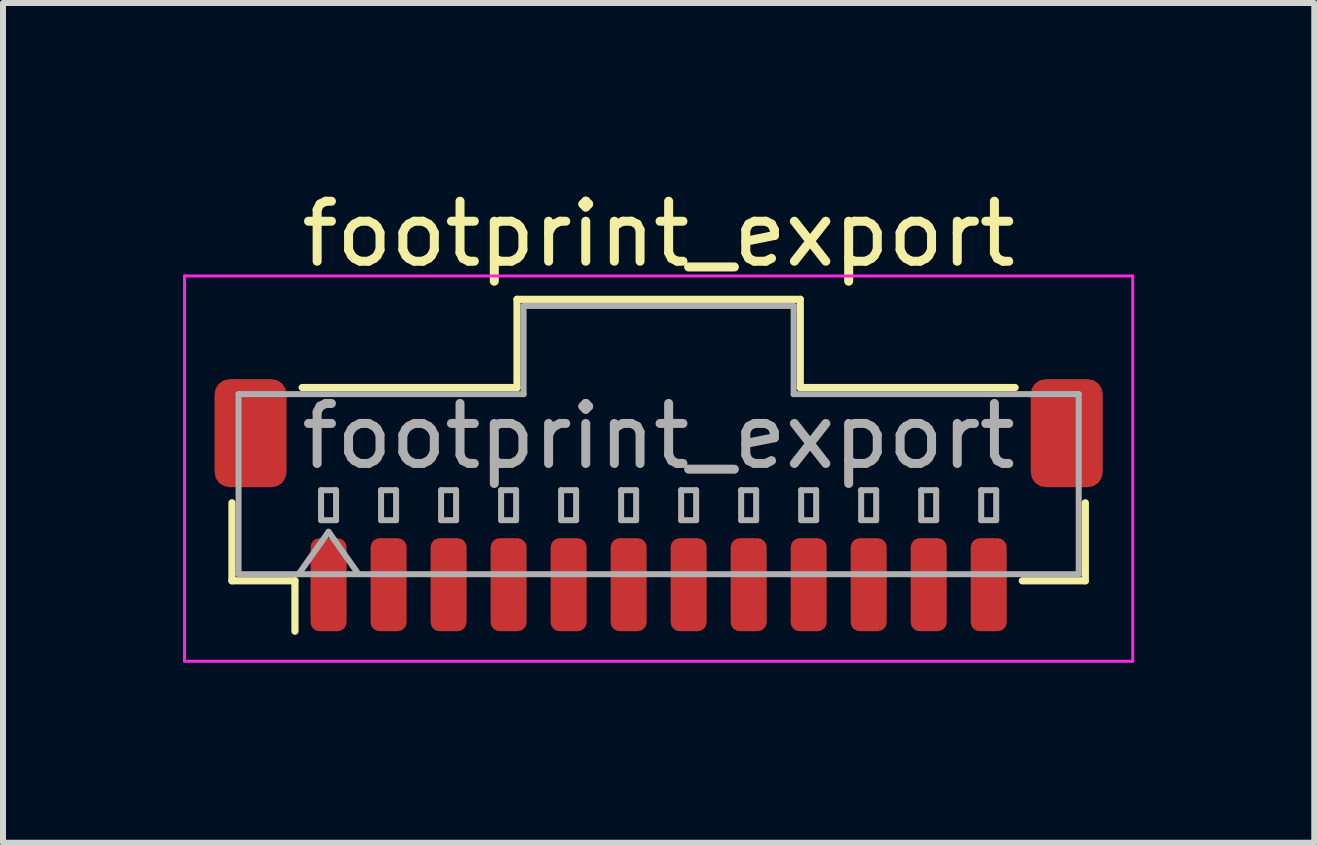
<source format=kicad_pcb>
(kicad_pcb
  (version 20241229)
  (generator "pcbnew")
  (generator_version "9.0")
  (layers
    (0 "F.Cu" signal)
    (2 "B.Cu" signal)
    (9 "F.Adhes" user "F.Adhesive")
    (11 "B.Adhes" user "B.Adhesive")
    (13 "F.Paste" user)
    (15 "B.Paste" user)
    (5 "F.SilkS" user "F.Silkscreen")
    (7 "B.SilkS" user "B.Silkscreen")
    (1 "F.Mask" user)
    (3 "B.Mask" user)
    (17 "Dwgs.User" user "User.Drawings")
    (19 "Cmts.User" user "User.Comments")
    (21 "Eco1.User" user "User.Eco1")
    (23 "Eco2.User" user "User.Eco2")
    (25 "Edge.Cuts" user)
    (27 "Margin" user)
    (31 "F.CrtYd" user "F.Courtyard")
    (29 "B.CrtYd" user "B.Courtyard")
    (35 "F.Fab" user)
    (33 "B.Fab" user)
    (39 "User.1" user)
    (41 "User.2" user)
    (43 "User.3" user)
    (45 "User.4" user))
  (footprint "footprint_export"
    (layer "F.Cu")
    (at 7.925 5.368)
    (property "Reference" "footprint_export" (at 0 -4.52 0) (layer "F.SilkS") (effects (font (size 1 1) (thickness 0.15))))
    (attr smd)
    (fp_line (start -7.11 -0.04) (end -7.11 1.26) (stroke (width 0.12) (type solid)) (layer "F.SilkS"))
    (fp_line (start -7.11 1.26) (end -6.06 1.26) (stroke (width 0.12) (type solid)) (layer "F.SilkS"))
    (fp_line (start -6.06 1.26) (end -6.06 2.1) (stroke (width 0.12) (type solid)) (layer "F.SilkS"))
    (fp_line (start -5.94 -1.96) (end -2.36 -1.96) (stroke (width 0.12) (type solid)) (layer "F.SilkS"))
    (fp_line (start -2.36 -3.43) (end 2.36 -3.43) (stroke (width 0.12) (type solid)) (layer "F.SilkS"))
    (fp_line (start -2.36 -1.96) (end -2.36 -3.43) (stroke (width 0.12) (type solid)) (layer "F.SilkS"))
    (fp_line (start 2.36 -3.43) (end 2.36 -1.96) (stroke (width 0.12) (type solid)) (layer "F.SilkS"))
    (fp_line (start 2.36 -1.96) (end 5.94 -1.96) (stroke (width 0.12) (type solid)) (layer "F.SilkS"))
    (fp_line (start 7.11 -0.04) (end 7.11 1.26) (stroke (width 0.12) (type solid)) (layer "F.SilkS"))
    (fp_line (start 7.11 1.26) (end 6.06 1.26) (stroke (width 0.12) (type solid)) (layer "F.SilkS"))
    (fp_line (start -7.9 -3.82) (end -7.9 2.6) (stroke (width 0.05) (type solid)) (layer "F.CrtYd"))
    (fp_line (start -7.9 2.6) (end 7.9 2.6) (stroke (width 0.05) (type solid)) (layer "F.CrtYd"))
    (fp_line (start 7.9 -3.82) (end -7.9 -3.82) (stroke (width 0.05) (type solid)) (layer "F.CrtYd"))
    (fp_line (start 7.9 2.6) (end 7.9 -3.82) (stroke (width 0.05) (type solid)) (layer "F.CrtYd"))
    (fp_line (start -7 -1.85) (end -2.25 -1.85) (stroke (width 0.1) (type solid)) (layer "F.Fab"))
    (fp_line (start -7 1.15) (end -7 -1.85) (stroke (width 0.1) (type solid)) (layer "F.Fab"))
    (fp_line (start -7 1.15) (end 7 1.15) (stroke (width 0.1) (type solid)) (layer "F.Fab"))
    (fp_line (start -6 1.15) (end -5.5 0.443) (stroke (width 0.1) (type solid)) (layer "F.Fab"))
    (fp_line (start -5.625 -0.25) (end -5.625 0.25) (stroke (width 0.1) (type solid)) (layer "F.Fab"))
    (fp_line (start -5.625 0.25) (end -5.375 0.25) (stroke (width 0.1) (type solid)) (layer "F.Fab"))
    (fp_line (start -5.5 0.443) (end -5 1.15) (stroke (width 0.1) (type solid)) (layer "F.Fab"))
    (fp_line (start -5.375 -0.25) (end -5.625 -0.25) (stroke (width 0.1) (type solid)) (layer "F.Fab"))
    (fp_line (start -5.375 0.25) (end -5.375 -0.25) (stroke (width 0.1) (type solid)) (layer "F.Fab"))
    (fp_line (start -4.625 -0.25) (end -4.625 0.25) (stroke (width 0.1) (type solid)) (layer "F.Fab"))
    (fp_line (start -4.625 0.25) (end -4.375 0.25) (stroke (width 0.1) (type solid)) (layer "F.Fab"))
    (fp_line (start -4.375 -0.25) (end -4.625 -0.25) (stroke (width 0.1) (type solid)) (layer "F.Fab"))
    (fp_line (start -4.375 0.25) (end -4.375 -0.25) (stroke (width 0.1) (type solid)) (layer "F.Fab"))
    (fp_line (start -3.625 -0.25) (end -3.625 0.25) (stroke (width 0.1) (type solid)) (layer "F.Fab"))
    (fp_line (start -3.625 0.25) (end -3.375 0.25) (stroke (width 0.1) (type solid)) (layer "F.Fab"))
    (fp_line (start -3.375 -0.25) (end -3.625 -0.25) (stroke (width 0.1) (type solid)) (layer "F.Fab"))
    (fp_line (start -3.375 0.25) (end -3.375 -0.25) (stroke (width 0.1) (type solid)) (layer "F.Fab"))
    (fp_line (start -2.625 -0.25) (end -2.625 0.25) (stroke (width 0.1) (type solid)) (layer "F.Fab"))
    (fp_line (start -2.625 0.25) (end -2.375 0.25) (stroke (width 0.1) (type solid)) (layer "F.Fab"))
    (fp_line (start -2.375 -0.25) (end -2.625 -0.25) (stroke (width 0.1) (type solid)) (layer "F.Fab"))
    (fp_line (start -2.375 0.25) (end -2.375 -0.25) (stroke (width 0.1) (type solid)) (layer "F.Fab"))
    (fp_line (start -2.25 -3.32) (end 2.25 -3.32) (stroke (width 0.1) (type solid)) (layer "F.Fab"))
    (fp_line (start -2.25 -1.85) (end -2.25 -3.32) (stroke (width 0.1) (type solid)) (layer "F.Fab"))
    (fp_line (start -1.625 -0.25) (end -1.625 0.25) (stroke (width 0.1) (type solid)) (layer "F.Fab"))
    (fp_line (start -1.625 0.25) (end -1.375 0.25) (stroke (width 0.1) (type solid)) (layer "F.Fab"))
    (fp_line (start -1.375 -0.25) (end -1.625 -0.25) (stroke (width 0.1) (type solid)) (layer "F.Fab"))
    (fp_line (start -1.375 0.25) (end -1.375 -0.25) (stroke (width 0.1) (type solid)) (layer "F.Fab"))
    (fp_line (start -0.625 -0.25) (end -0.625 0.25) (stroke (width 0.1) (type solid)) (layer "F.Fab"))
    (fp_line (start -0.625 0.25) (end -0.375 0.25) (stroke (width 0.1) (type solid)) (layer "F.Fab"))
    (fp_line (start -0.375 -0.25) (end -0.625 -0.25) (stroke (width 0.1) (type solid)) (layer "F.Fab"))
    (fp_line (start -0.375 0.25) (end -0.375 -0.25) (stroke (width 0.1) (type solid)) (layer "F.Fab"))
    (fp_line (start 0.375 -0.25) (end 0.375 0.25) (stroke (width 0.1) (type solid)) (layer "F.Fab"))
    (fp_line (start 0.375 0.25) (end 0.625 0.25) (stroke (width 0.1) (type solid)) (layer "F.Fab"))
    (fp_line (start 0.625 -0.25) (end 0.375 -0.25) (stroke (width 0.1) (type solid)) (layer "F.Fab"))
    (fp_line (start 0.625 0.25) (end 0.625 -0.25) (stroke (width 0.1) (type solid)) (layer "F.Fab"))
    (fp_line (start 1.375 -0.25) (end 1.375 0.25) (stroke (width 0.1) (type solid)) (layer "F.Fab"))
    (fp_line (start 1.375 0.25) (end 1.625 0.25) (stroke (width 0.1) (type solid)) (layer "F.Fab"))
    (fp_line (start 1.625 -0.25) (end 1.375 -0.25) (stroke (width 0.1) (type solid)) (layer "F.Fab"))
    (fp_line (start 1.625 0.25) (end 1.625 -0.25) (stroke (width 0.1) (type solid)) (layer "F.Fab"))
    (fp_line (start 2.25 -3.32) (end 2.25 -1.85) (stroke (width 0.1) (type solid)) (layer "F.Fab"))
    (fp_line (start 2.25 -1.85) (end 7 -1.85) (stroke (width 0.1) (type solid)) (layer "F.Fab"))
    (fp_line (start 2.375 -0.25) (end 2.375 0.25) (stroke (width 0.1) (type solid)) (layer "F.Fab"))
    (fp_line (start 2.375 0.25) (end 2.625 0.25) (stroke (width 0.1) (type solid)) (layer "F.Fab"))
    (fp_line (start 2.625 -0.25) (end 2.375 -0.25) (stroke (width 0.1) (type solid)) (layer "F.Fab"))
    (fp_line (start 2.625 0.25) (end 2.625 -0.25) (stroke (width 0.1) (type solid)) (layer "F.Fab"))
    (fp_line (start 3.375 -0.25) (end 3.375 0.25) (stroke (width 0.1) (type solid)) (layer "F.Fab"))
    (fp_line (start 3.375 0.25) (end 3.625 0.25) (stroke (width 0.1) (type solid)) (layer "F.Fab"))
    (fp_line (start 3.625 -0.25) (end 3.375 -0.25) (stroke (width 0.1) (type solid)) (layer "F.Fab"))
    (fp_line (start 3.625 0.25) (end 3.625 -0.25) (stroke (width 0.1) (type solid)) (layer "F.Fab"))
    (fp_line (start 4.375 -0.25) (end 4.375 0.25) (stroke (width 0.1) (type solid)) (layer "F.Fab"))
    (fp_line (start 4.375 0.25) (end 4.625 0.25) (stroke (width 0.1) (type solid)) (layer "F.Fab"))
    (fp_line (start 4.625 -0.25) (end 4.375 -0.25) (stroke (width 0.1) (type solid)) (layer "F.Fab"))
    (fp_line (start 4.625 0.25) (end 4.625 -0.25) (stroke (width 0.1) (type solid)) (layer "F.Fab"))
    (fp_line (start 5.375 -0.25) (end 5.375 0.25) (stroke (width 0.1) (type solid)) (layer "F.Fab"))
    (fp_line (start 5.375 0.25) (end 5.625 0.25) (stroke (width 0.1) (type solid)) (layer "F.Fab"))
    (fp_line (start 5.625 -0.25) (end 5.375 -0.25) (stroke (width 0.1) (type solid)) (layer "F.Fab"))
    (fp_line (start 5.625 0.25) (end 5.625 -0.25) (stroke (width 0.1) (type solid)) (layer "F.Fab"))
    (fp_line (start 7 1.15) (end 7 -1.85) (stroke (width 0.1) (type solid)) (layer "F.Fab"))
    (fp_text user "${REFERENCE}" (at 0 -1.15 0) (layer "F.Fab") (effects (font (size 1 1) (thickness 0.15))))
    (pad "1" smd roundrect (at -5.5 1.325) (size 0.6 1.55) (layers "F.Cu" "F.Mask" "F.Paste") (roundrect_rratio 0.25))
    (pad "2" smd roundrect (at -4.5 1.325) (size 0.6 1.55) (layers "F.Cu" "F.Mask" "F.Paste") (roundrect_rratio 0.25))
    (pad "3" smd roundrect (at -3.5 1.325) (size 0.6 1.55) (layers "F.Cu" "F.Mask" "F.Paste") (roundrect_rratio 0.25))
    (pad "4" smd roundrect (at -2.5 1.325) (size 0.6 1.55) (layers "F.Cu" "F.Mask" "F.Paste") (roundrect_rratio 0.25))
    (pad "5" smd roundrect (at -1.5 1.325) (size 0.6 1.55) (layers "F.Cu" "F.Mask" "F.Paste") (roundrect_rratio 0.25))
    (pad "6" smd roundrect (at -0.5 1.325) (size 0.6 1.55) (layers "F.Cu" "F.Mask" "F.Paste") (roundrect_rratio 0.25))
    (pad "7" smd roundrect (at 0.5 1.325) (size 0.6 1.55) (layers "F.Cu" "F.Mask" "F.Paste") (roundrect_rratio 0.25))
    (pad "8" smd roundrect (at 1.5 1.325) (size 0.6 1.55) (layers "F.Cu" "F.Mask" "F.Paste") (roundrect_rratio 0.25))
    (pad "9" smd roundrect (at 2.5 1.325) (size 0.6 1.55) (layers "F.Cu" "F.Mask" "F.Paste") (roundrect_rratio 0.25))
    (pad "10" smd roundrect (at 3.5 1.325) (size 0.6 1.55) (layers "F.Cu" "F.Mask" "F.Paste") (roundrect_rratio 0.25))
    (pad "11" smd roundrect (at 4.5 1.325) (size 0.6 1.55) (layers "F.Cu" "F.Mask" "F.Paste") (roundrect_rratio 0.25))
    (pad "12" smd roundrect (at 5.5 1.325) (size 0.6 1.55) (layers "F.Cu" "F.Mask" "F.Paste") (roundrect_rratio 0.25))
    (pad "MP" smd roundrect (at -6.8 -1.2) (size 1.2 1.8) (layers "F.Cu" "F.Mask" "F.Paste") (roundrect_rratio 0.208))
    (pad "MP" smd roundrect (at 6.8 -1.2) (size 1.2 1.8) (layers "F.Cu" "F.Mask" "F.Paste") (roundrect_rratio 0.208)))
  (gr_rect
    (start -3 -3)
    (end 18.85 10.993)
    (stroke (width 0.1) (type default))
    (fill no)
    (layer "Edge.Cuts")))
</source>
